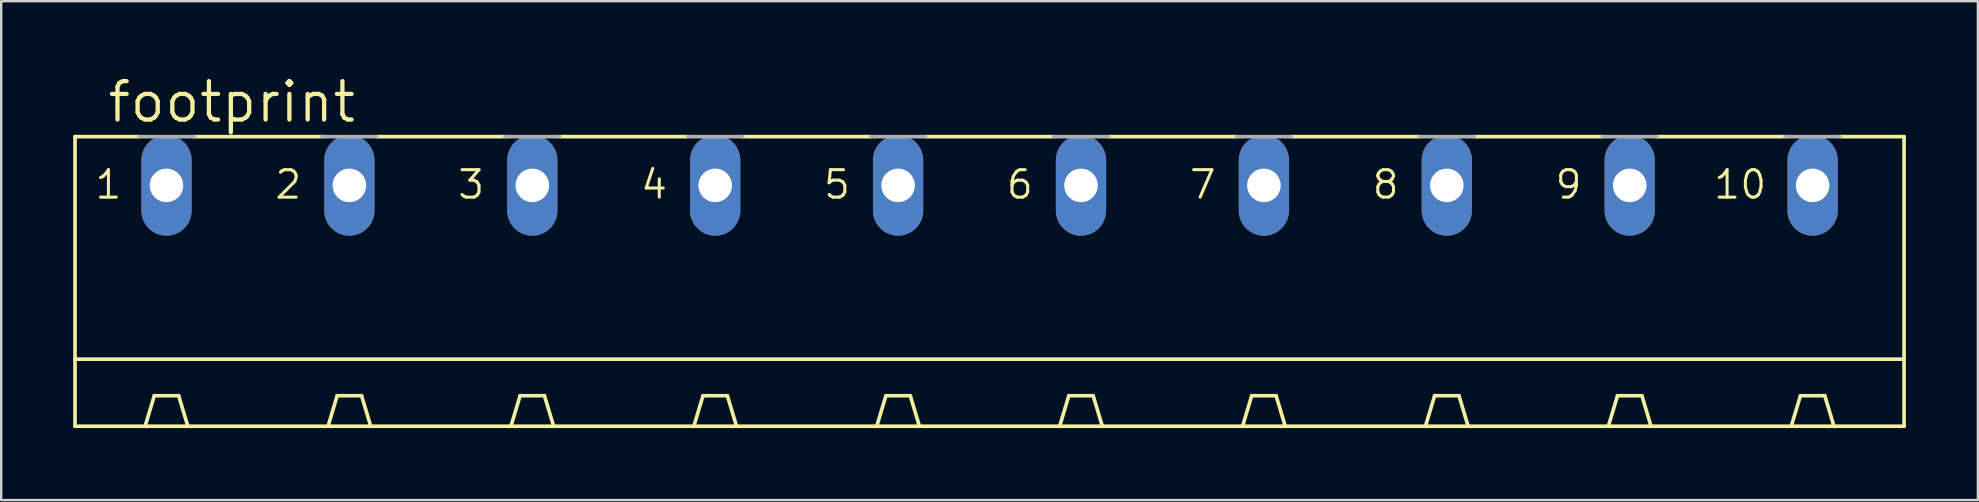
<source format=kicad_pcb>
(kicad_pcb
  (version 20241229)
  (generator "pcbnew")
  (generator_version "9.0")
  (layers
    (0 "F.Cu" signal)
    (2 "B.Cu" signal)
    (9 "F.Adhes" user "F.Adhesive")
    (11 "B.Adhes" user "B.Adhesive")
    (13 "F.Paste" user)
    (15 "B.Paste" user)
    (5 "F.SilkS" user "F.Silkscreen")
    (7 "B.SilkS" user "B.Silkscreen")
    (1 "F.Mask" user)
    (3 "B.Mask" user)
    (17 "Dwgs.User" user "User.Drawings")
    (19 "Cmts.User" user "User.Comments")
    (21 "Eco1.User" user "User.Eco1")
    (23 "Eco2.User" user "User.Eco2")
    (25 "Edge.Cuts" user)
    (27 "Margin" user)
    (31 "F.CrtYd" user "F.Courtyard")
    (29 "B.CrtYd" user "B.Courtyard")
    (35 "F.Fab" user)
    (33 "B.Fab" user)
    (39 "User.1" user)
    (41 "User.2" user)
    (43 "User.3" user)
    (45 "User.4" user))
  (footprint "footprint"
    (layer "F.Cu")
    (at 38.176 9.754)
    (property "Reference" "footprint" (at -36.83 -7.62 0) (layer "F.SilkS") (effects (font (size 1.6 1.6) (thickness 0.178)) (justify left bottom)))
    (fp_line (start -38.1 -7.112) (end -38.1 2.159) (stroke (width 0.152) (type solid)) (layer "F.SilkS"))
    (fp_line (start -38.1 -7.112) (end -35.433 -7.112) (stroke (width 0.152) (type solid)) (layer "F.SilkS"))
    (fp_line (start -38.1 2.159) (end -38.1 4.953) (stroke (width 0.152) (type solid)) (layer "F.SilkS"))
    (fp_line (start -38.1 2.159) (end 38.1 2.159) (stroke (width 0.152) (type solid)) (layer "F.SilkS"))
    (fp_line (start -35.179 4.953) (end -34.798 3.683) (stroke (width 0.152) (type solid)) (layer "F.SilkS"))
    (fp_line (start -33.782 3.683) (end -34.798 3.683) (stroke (width 0.152) (type solid)) (layer "F.SilkS"))
    (fp_line (start -33.401 4.953) (end -33.782 3.683) (stroke (width 0.152) (type solid)) (layer "F.SilkS"))
    (fp_line (start -33.147 -7.112) (end -27.813 -7.112) (stroke (width 0.152) (type solid)) (layer "F.SilkS"))
    (fp_line (start -27.559 4.953) (end -27.178 3.683) (stroke (width 0.152) (type solid)) (layer "F.SilkS"))
    (fp_line (start -27.178 3.683) (end -26.162 3.683) (stroke (width 0.152) (type solid)) (layer "F.SilkS"))
    (fp_line (start -25.781 4.953) (end -26.162 3.683) (stroke (width 0.152) (type solid)) (layer "F.SilkS"))
    (fp_line (start -25.527 -7.112) (end -20.193 -7.112) (stroke (width 0.152) (type solid)) (layer "F.SilkS"))
    (fp_line (start -19.939 4.953) (end -19.558 3.683) (stroke (width 0.152) (type solid)) (layer "F.SilkS"))
    (fp_line (start -19.558 3.683) (end -18.542 3.683) (stroke (width 0.152) (type solid)) (layer "F.SilkS"))
    (fp_line (start -18.161 4.953) (end -18.542 3.683) (stroke (width 0.152) (type solid)) (layer "F.SilkS"))
    (fp_line (start -17.907 -7.112) (end -12.573 -7.112) (stroke (width 0.152) (type solid)) (layer "F.SilkS"))
    (fp_line (start -12.319 4.953) (end -38.1 4.953) (stroke (width 0.152) (type solid)) (layer "F.SilkS"))
    (fp_line (start -12.319 4.953) (end -11.938 3.683) (stroke (width 0.152) (type solid)) (layer "F.SilkS"))
    (fp_line (start -11.938 3.683) (end -10.922 3.683) (stroke (width 0.152) (type solid)) (layer "F.SilkS"))
    (fp_line (start -10.541 4.953) (end -12.319 4.953) (stroke (width 0.152) (type solid)) (layer "F.SilkS"))
    (fp_line (start -10.541 4.953) (end -10.922 3.683) (stroke (width 0.152) (type solid)) (layer "F.SilkS"))
    (fp_line (start -10.287 -7.112) (end -4.953 -7.112) (stroke (width 0.152) (type solid)) (layer "F.SilkS"))
    (fp_line (start -4.699 4.953) (end -10.541 4.953) (stroke (width 0.152) (type solid)) (layer "F.SilkS"))
    (fp_line (start -4.699 4.953) (end -4.318 3.683) (stroke (width 0.152) (type solid)) (layer "F.SilkS"))
    (fp_line (start -4.318 3.683) (end -3.302 3.683) (stroke (width 0.152) (type solid)) (layer "F.SilkS"))
    (fp_line (start -2.921 4.953) (end -4.699 4.953) (stroke (width 0.152) (type solid)) (layer "F.SilkS"))
    (fp_line (start -2.921 4.953) (end -3.302 3.683) (stroke (width 0.152) (type solid)) (layer "F.SilkS"))
    (fp_line (start -2.667 -7.112) (end 2.667 -7.112) (stroke (width 0.152) (type solid)) (layer "F.SilkS"))
    (fp_line (start 2.921 4.953) (end -2.921 4.953) (stroke (width 0.152) (type solid)) (layer "F.SilkS"))
    (fp_line (start 2.921 4.953) (end 3.302 3.683) (stroke (width 0.152) (type solid)) (layer "F.SilkS"))
    (fp_line (start 3.302 3.683) (end 4.318 3.683) (stroke (width 0.152) (type solid)) (layer "F.SilkS"))
    (fp_line (start 4.699 4.953) (end 2.921 4.953) (stroke (width 0.152) (type solid)) (layer "F.SilkS"))
    (fp_line (start 4.699 4.953) (end 4.318 3.683) (stroke (width 0.152) (type solid)) (layer "F.SilkS"))
    (fp_line (start 4.953 -7.112) (end 10.287 -7.112) (stroke (width 0.152) (type solid)) (layer "F.SilkS"))
    (fp_line (start 10.541 4.953) (end 4.699 4.953) (stroke (width 0.152) (type solid)) (layer "F.SilkS"))
    (fp_line (start 10.541 4.953) (end 10.922 3.683) (stroke (width 0.152) (type solid)) (layer "F.SilkS"))
    (fp_line (start 10.922 3.683) (end 11.938 3.683) (stroke (width 0.152) (type solid)) (layer "F.SilkS"))
    (fp_line (start 12.319 4.953) (end 10.541 4.953) (stroke (width 0.152) (type solid)) (layer "F.SilkS"))
    (fp_line (start 12.319 4.953) (end 11.938 3.683) (stroke (width 0.152) (type solid)) (layer "F.SilkS"))
    (fp_line (start 12.573 -7.112) (end 17.907 -7.112) (stroke (width 0.152) (type solid)) (layer "F.SilkS"))
    (fp_line (start 18.161 4.953) (end 12.319 4.953) (stroke (width 0.152) (type solid)) (layer "F.SilkS"))
    (fp_line (start 18.161 4.953) (end 18.542 3.683) (stroke (width 0.152) (type solid)) (layer "F.SilkS"))
    (fp_line (start 18.542 3.683) (end 19.558 3.683) (stroke (width 0.152) (type solid)) (layer "F.SilkS"))
    (fp_line (start 19.939 4.953) (end 18.161 4.953) (stroke (width 0.152) (type solid)) (layer "F.SilkS"))
    (fp_line (start 19.939 4.953) (end 19.558 3.683) (stroke (width 0.152) (type solid)) (layer "F.SilkS"))
    (fp_line (start 20.193 -7.112) (end 25.527 -7.112) (stroke (width 0.152) (type solid)) (layer "F.SilkS"))
    (fp_line (start 25.781 4.953) (end 19.939 4.953) (stroke (width 0.152) (type solid)) (layer "F.SilkS"))
    (fp_line (start 25.781 4.953) (end 26.162 3.683) (stroke (width 0.152) (type solid)) (layer "F.SilkS"))
    (fp_line (start 26.162 3.683) (end 27.178 3.683) (stroke (width 0.152) (type solid)) (layer "F.SilkS"))
    (fp_line (start 27.559 4.953) (end 25.781 4.953) (stroke (width 0.152) (type solid)) (layer "F.SilkS"))
    (fp_line (start 27.559 4.953) (end 27.178 3.683) (stroke (width 0.152) (type solid)) (layer "F.SilkS"))
    (fp_line (start 27.813 -7.112) (end 33.147 -7.112) (stroke (width 0.152) (type solid)) (layer "F.SilkS"))
    (fp_line (start 33.401 4.953) (end 27.559 4.953) (stroke (width 0.152) (type solid)) (layer "F.SilkS"))
    (fp_line (start 33.401 4.953) (end 33.782 3.683) (stroke (width 0.152) (type solid)) (layer "F.SilkS"))
    (fp_line (start 33.782 3.683) (end 34.798 3.683) (stroke (width 0.152) (type solid)) (layer "F.SilkS"))
    (fp_line (start 35.179 4.953) (end 33.401 4.953) (stroke (width 0.152) (type solid)) (layer "F.SilkS"))
    (fp_line (start 35.179 4.953) (end 34.798 3.683) (stroke (width 0.152) (type solid)) (layer "F.SilkS"))
    (fp_line (start 35.433 -7.112) (end 38.1 -7.112) (stroke (width 0.152) (type solid)) (layer "F.SilkS"))
    (fp_line (start 38.1 -7.112) (end 38.1 2.159) (stroke (width 0.152) (type solid)) (layer "F.SilkS"))
    (fp_line (start 38.1 2.159) (end 38.1 4.953) (stroke (width 0.152) (type solid)) (layer "F.SilkS"))
    (fp_line (start 38.1 4.953) (end 35.179 4.953) (stroke (width 0.152) (type solid)) (layer "F.SilkS"))
    (fp_line (start -35.433 -7.112) (end -33.147 -7.112) (stroke (width 0.152) (type solid)) (layer "F.Fab"))
    (fp_line (start -27.813 -7.112) (end -25.527 -7.112) (stroke (width 0.152) (type solid)) (layer "F.Fab"))
    (fp_line (start -20.193 -7.112) (end -17.907 -7.112) (stroke (width 0.152) (type solid)) (layer "F.Fab"))
    (fp_line (start -12.573 -7.112) (end -10.287 -7.112) (stroke (width 0.152) (type solid)) (layer "F.Fab"))
    (fp_line (start -4.953 -7.112) (end -2.667 -7.112) (stroke (width 0.152) (type solid)) (layer "F.Fab"))
    (fp_line (start 2.667 -7.112) (end 4.953 -7.112) (stroke (width 0.152) (type solid)) (layer "F.Fab"))
    (fp_line (start 10.287 -7.112) (end 12.573 -7.112) (stroke (width 0.152) (type solid)) (layer "F.Fab"))
    (fp_line (start 17.907 -7.112) (end 20.193 -7.112) (stroke (width 0.152) (type solid)) (layer "F.Fab"))
    (fp_line (start 25.527 -7.112) (end 27.813 -7.112) (stroke (width 0.152) (type solid)) (layer "F.Fab"))
    (fp_line (start 33.147 -7.112) (end 35.433 -7.112) (stroke (width 0.152) (type solid)) (layer "F.Fab"))
    (fp_text user "7" (at 8.255 -4.445 0) (layer "F.SilkS") (effects (font (size 1.143 1.143) (thickness 0.127)) (justify left bottom)))
    (fp_text user "4" (at -14.605 -4.445 0) (layer "F.SilkS") (effects (font (size 1.143 1.143) (thickness 0.127)) (justify left bottom)))
    (fp_text user "9" (at 23.495 -4.445 0) (layer "F.SilkS") (effects (font (size 1.143 1.143) (thickness 0.127)) (justify left bottom)))
    (fp_text user "10" (at 30.099 -4.445 0) (layer "F.SilkS") (effects (font (size 1.143 1.143) (thickness 0.127)) (justify left bottom)))
    (fp_text user "3" (at -22.225 -4.445 0) (layer "F.SilkS") (effects (font (size 1.143 1.143) (thickness 0.127)) (justify left bottom)))
    (fp_text user "6" (at 0.635 -4.445 0) (layer "F.SilkS") (effects (font (size 1.143 1.143) (thickness 0.127)) (justify left bottom)))
    (fp_text user "2" (at -29.845 -4.445 0) (layer "F.SilkS") (effects (font (size 1.143 1.143) (thickness 0.127)) (justify left bottom)))
    (fp_text user "5" (at -6.985 -4.445 0) (layer "F.SilkS") (effects (font (size 1.143 1.143) (thickness 0.127)) (justify left bottom)))
    (fp_text user "8" (at 15.875 -4.445 0) (layer "F.SilkS") (effects (font (size 1.143 1.143) (thickness 0.127)) (justify left bottom)))
    (fp_text user "1" (at -37.338 -4.445 0) (layer "F.SilkS") (effects (font (size 1.143 1.143) (thickness 0.127)) (justify left bottom)))
    (pad "1" thru_hole oval (at -34.29 -5.08 90) (size 4.191 2.095) (drill 1.397) (layers "*.Cu" "*.Mask"))
    (pad "2" thru_hole oval (at -26.67 -5.08 90) (size 4.191 2.095) (drill 1.397) (layers "*.Cu" "*.Mask"))
    (pad "3" thru_hole oval (at -19.05 -5.08 90) (size 4.191 2.095) (drill 1.397) (layers "*.Cu" "*.Mask"))
    (pad "4" thru_hole oval (at -11.43 -5.08 90) (size 4.191 2.095) (drill 1.397) (layers "*.Cu" "*.Mask"))
    (pad "5" thru_hole oval (at -3.81 -5.08 90) (size 4.191 2.095) (drill 1.397) (layers "*.Cu" "*.Mask"))
    (pad "6" thru_hole oval (at 3.81 -5.08 90) (size 4.191 2.095) (drill 1.397) (layers "*.Cu" "*.Mask"))
    (pad "7" thru_hole oval (at 11.43 -5.08 90) (size 4.191 2.095) (drill 1.397) (layers "*.Cu" "*.Mask"))
    (pad "8" thru_hole oval (at 19.05 -5.08 90) (size 4.191 2.095) (drill 1.397) (layers "*.Cu" "*.Mask"))
    (pad "9" thru_hole oval (at 26.67 -5.08 90) (size 4.191 2.095) (drill 1.397) (layers "*.Cu" "*.Mask"))
    (pad "10" thru_hole oval (at 34.29 -5.08 90) (size 4.191 2.095) (drill 1.397) (layers "*.Cu" "*.Mask")))
  (gr_rect
    (start -3 -3)
    (end 79.352 17.783)
    (stroke (width 0.1) (type default))
    (fill no)
    (layer "Edge.Cuts")))
</source>
